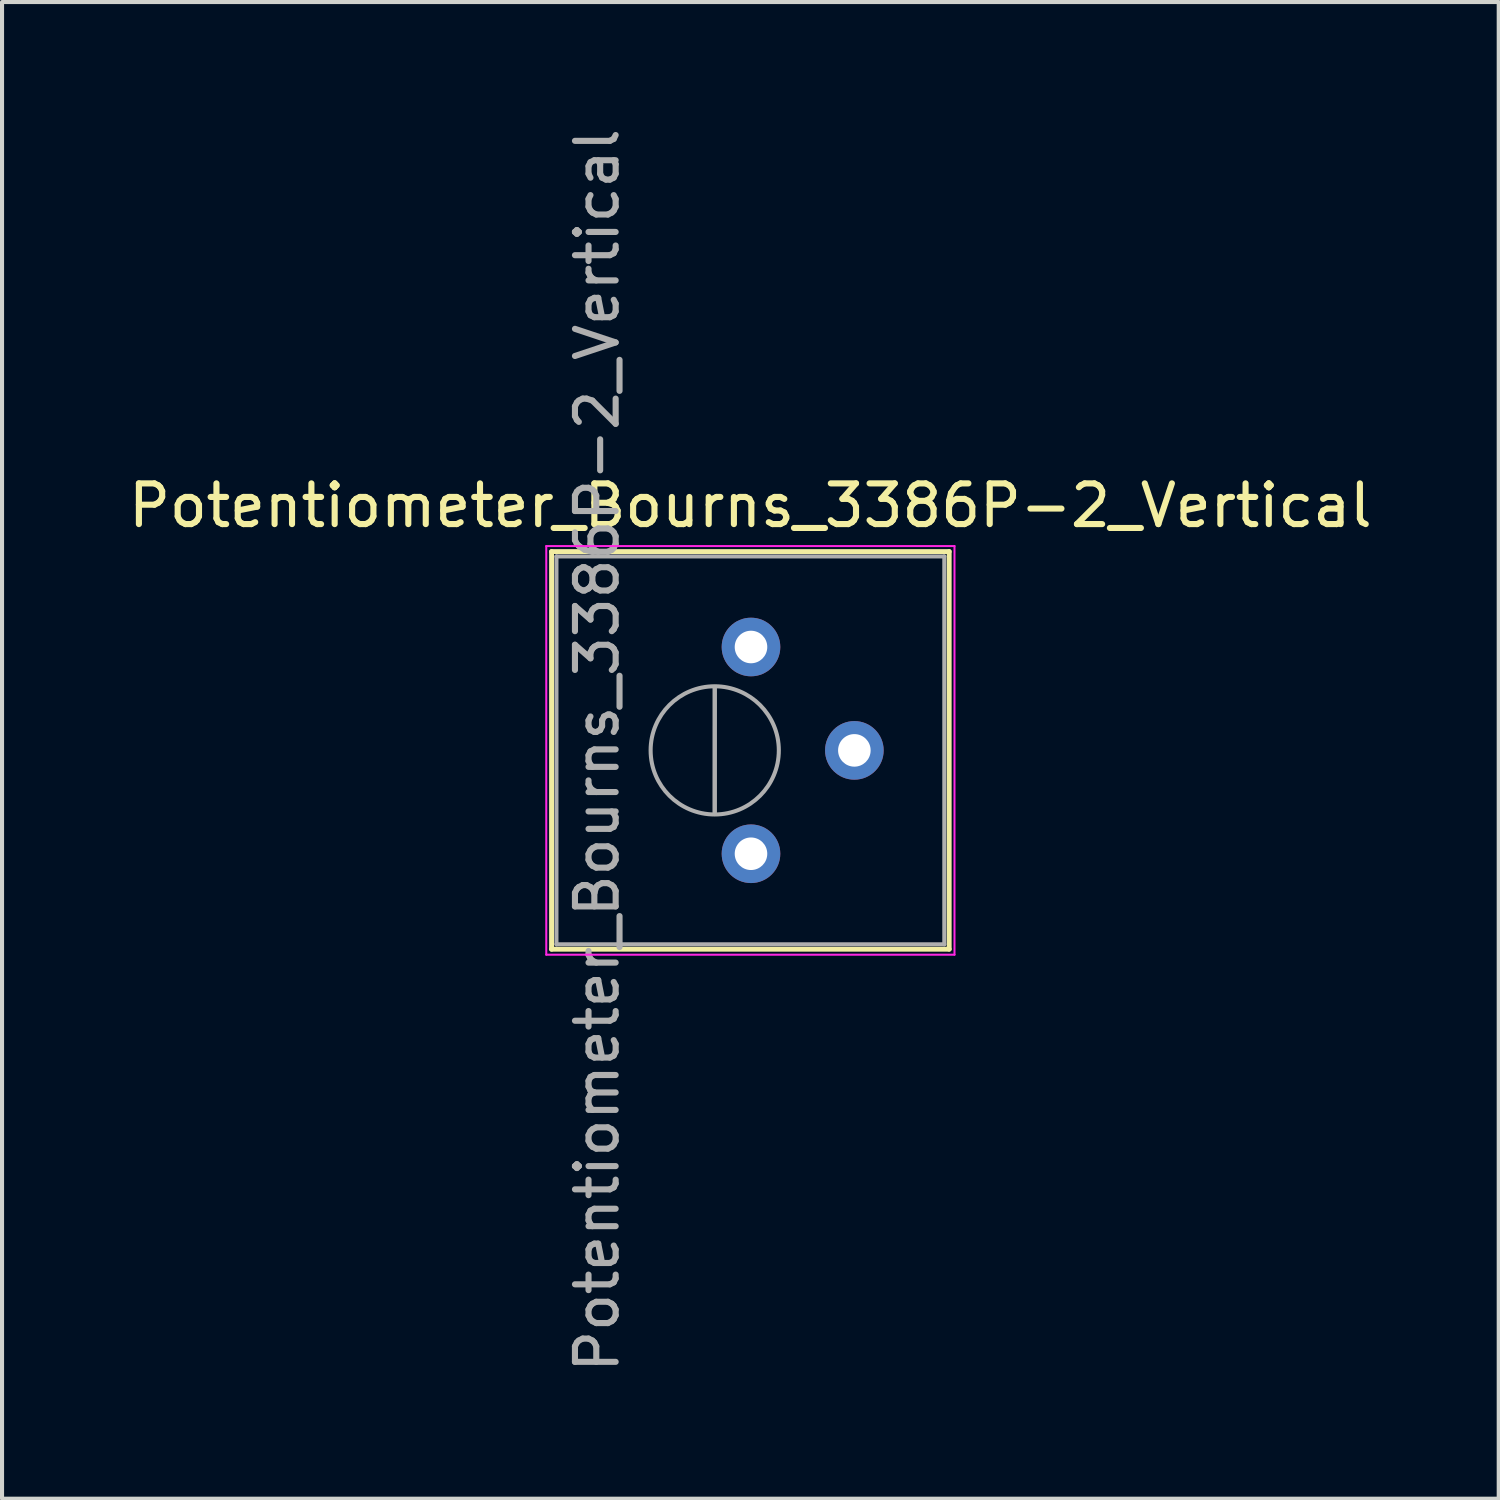
<source format=kicad_pcb>
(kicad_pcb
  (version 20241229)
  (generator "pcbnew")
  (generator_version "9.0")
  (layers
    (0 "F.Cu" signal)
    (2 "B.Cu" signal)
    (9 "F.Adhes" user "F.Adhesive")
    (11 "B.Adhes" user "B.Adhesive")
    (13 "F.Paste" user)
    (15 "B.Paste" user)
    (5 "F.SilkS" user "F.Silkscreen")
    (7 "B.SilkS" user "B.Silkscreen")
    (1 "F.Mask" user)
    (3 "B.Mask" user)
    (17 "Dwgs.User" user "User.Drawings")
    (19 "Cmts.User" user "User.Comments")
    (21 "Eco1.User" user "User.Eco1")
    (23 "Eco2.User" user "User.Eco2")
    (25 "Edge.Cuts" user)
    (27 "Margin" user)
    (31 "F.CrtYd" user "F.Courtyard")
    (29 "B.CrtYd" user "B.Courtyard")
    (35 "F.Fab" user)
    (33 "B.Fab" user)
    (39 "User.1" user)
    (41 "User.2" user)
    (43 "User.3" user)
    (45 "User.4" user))
  (footprint "Potentiometer_Bourns_3386P-2_Vertical"
    (layer "F.Cu")
    (at 15.402 17.927)
    (property "Reference" "Potentiometer_Bourns_3386P-2_Vertical" (at -0.015 -8.555 0) (layer "F.SilkS") (effects (font (size 1 1) (thickness 0.15))))
    (attr through_hole)
    (fp_line (start -4.9 -7.425) (end -4.9 2.345) (stroke (width 0.12) (type solid)) (layer "F.SilkS"))
    (fp_line (start -4.9 -7.425) (end 4.87 -7.425) (stroke (width 0.12) (type solid)) (layer "F.SilkS"))
    (fp_line (start -4.9 2.345) (end 4.87 2.345) (stroke (width 0.12) (type solid)) (layer "F.SilkS"))
    (fp_line (start 4.87 -7.425) (end 4.87 2.345) (stroke (width 0.12) (type solid)) (layer "F.SilkS"))
    (fp_line (start -5.03 -7.56) (end -5.03 2.48) (stroke (width 0.05) (type solid)) (layer "F.CrtYd"))
    (fp_line (start -5.03 2.48) (end 5 2.48) (stroke (width 0.05) (type solid)) (layer "F.CrtYd"))
    (fp_line (start 5 -7.56) (end -5.03 -7.56) (stroke (width 0.05) (type solid)) (layer "F.CrtYd"))
    (fp_line (start 5 2.48) (end 5 -7.56) (stroke (width 0.05) (type solid)) (layer "F.CrtYd"))
    (fp_line (start -4.78 -7.305) (end -4.78 2.225) (stroke (width 0.1) (type solid)) (layer "F.Fab"))
    (fp_line (start -4.78 2.225) (end 4.75 2.225) (stroke (width 0.1) (type solid)) (layer "F.Fab"))
    (fp_line (start -0.891 -0.98) (end -0.89 -4.099) (stroke (width 0.1) (type solid)) (layer "F.Fab"))
    (fp_line (start -0.891 -0.98) (end -0.89 -4.099) (stroke (width 0.1) (type solid)) (layer "F.Fab"))
    (fp_line (start 4.75 -7.305) (end -4.78 -7.305) (stroke (width 0.1) (type solid)) (layer "F.Fab"))
    (fp_line (start 4.75 2.225) (end 4.75 -7.305) (stroke (width 0.1) (type solid)) (layer "F.Fab"))
    (fp_circle (center -0.891 -2.54) (end 0.684 -2.54) (stroke (width 0.1) (type solid)) (fill no) (layer "F.Fab"))
    (fp_text user "${REFERENCE}" (at -3.78 -2.54 90) (layer "F.Fab") (effects (font (size 1 1) (thickness 0.15))))
    (pad "1" thru_hole circle (at 0 0) (size 1.44 1.44) (drill 0.8) (layers "*.Cu" "*.Mask"))
    (pad "2" thru_hole circle (at 2.54 -2.54) (size 1.44 1.44) (drill 0.8) (layers "*.Cu" "*.Mask"))
    (pad "3" thru_hole circle (at 0 -5.08) (size 1.44 1.44) (drill 0.8) (layers "*.Cu" "*.Mask")))
  (gr_rect
    (start -3 -3)
    (end 33.774 33.774)
    (stroke (width 0.1) (type default))
    (fill no)
    (layer "Edge.Cuts")))
</source>
